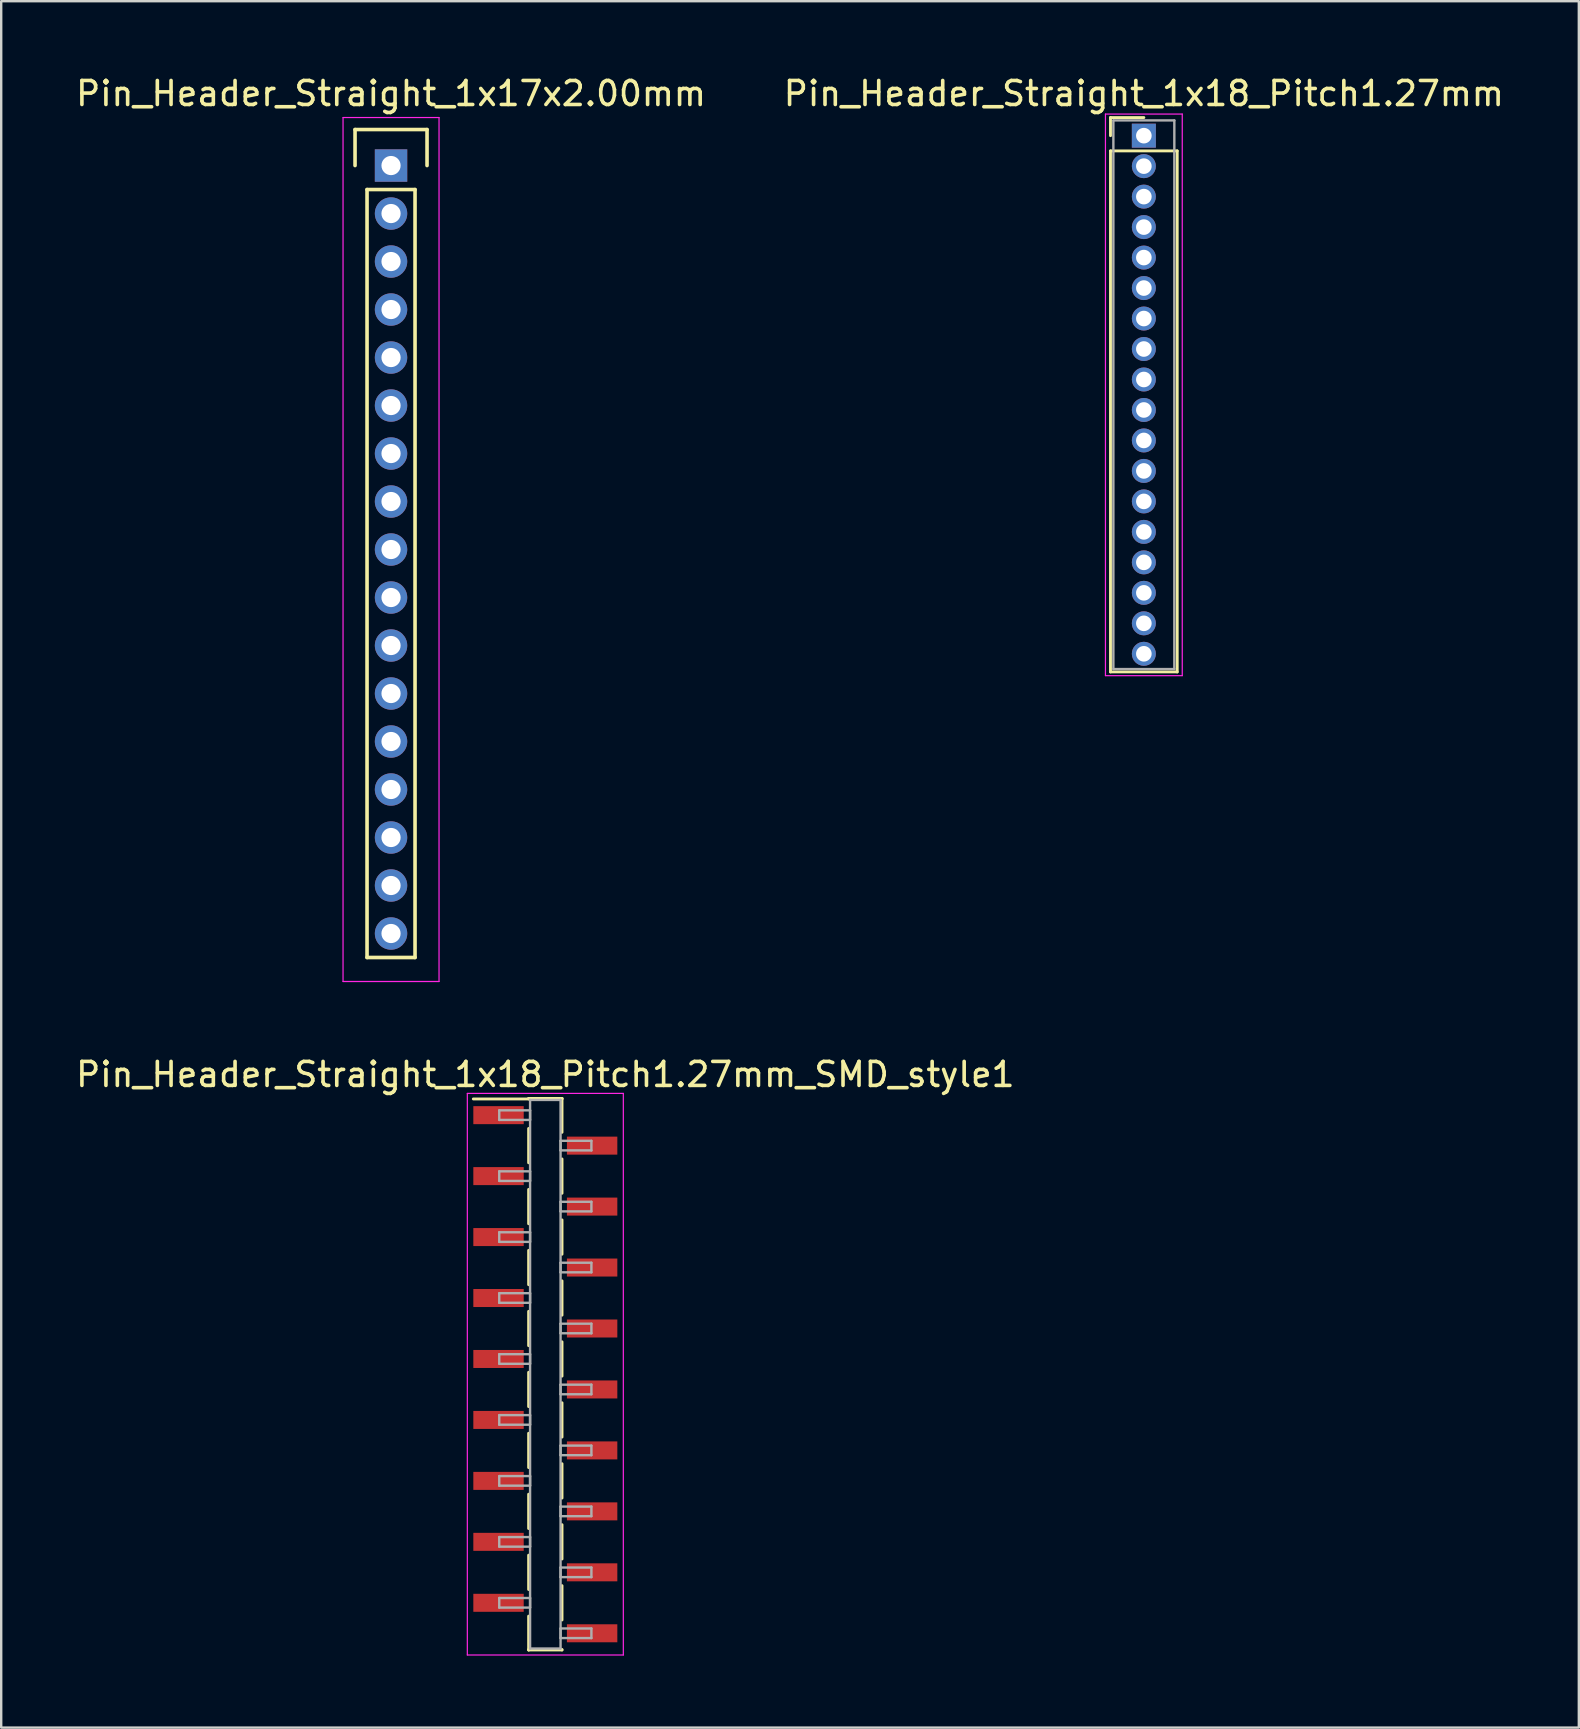
<source format=kicad_pcb>
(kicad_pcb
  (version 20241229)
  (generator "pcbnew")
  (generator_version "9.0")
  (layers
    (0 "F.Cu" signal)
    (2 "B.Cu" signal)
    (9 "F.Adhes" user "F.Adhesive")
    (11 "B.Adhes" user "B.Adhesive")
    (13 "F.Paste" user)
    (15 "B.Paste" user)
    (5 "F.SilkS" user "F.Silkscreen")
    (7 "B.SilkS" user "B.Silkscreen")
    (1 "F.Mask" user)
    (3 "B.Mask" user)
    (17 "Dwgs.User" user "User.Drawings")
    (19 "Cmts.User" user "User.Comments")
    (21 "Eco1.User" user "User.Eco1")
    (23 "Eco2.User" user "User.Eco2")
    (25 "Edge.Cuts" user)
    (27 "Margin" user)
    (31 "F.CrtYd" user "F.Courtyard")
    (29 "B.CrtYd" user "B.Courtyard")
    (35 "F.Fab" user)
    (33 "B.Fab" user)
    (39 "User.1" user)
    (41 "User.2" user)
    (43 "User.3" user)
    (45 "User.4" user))
  (footprint "Pin_Header_Straight_1x18_Pitch1.27mm"
    (layer "F.Cu")
    (at 44.613 2.603)
    (property "Reference" "Pin_Header_Straight_1x18_Pitch1.27mm" (at 0 -1.755 0) (layer "F.SilkS") (effects (font (size 1 1) (thickness 0.15))))
    (attr through_hole)
    (fp_line (start -1.39 -0.755) (end 0 -0.755) (stroke (width 0.12) (type solid)) (layer "F.SilkS"))
    (fp_line (start -1.39 0) (end -1.39 -0.755) (stroke (width 0.12) (type solid)) (layer "F.SilkS"))
    (fp_line (start -1.39 0.635) (end -1.39 22.345) (stroke (width 0.12) (type solid)) (layer "F.SilkS"))
    (fp_line (start -1.39 22.345) (end 1.39 22.345) (stroke (width 0.12) (type solid)) (layer "F.SilkS"))
    (fp_line (start 1.39 0.635) (end -1.39 0.635) (stroke (width 0.12) (type solid)) (layer "F.SilkS"))
    (fp_line (start 1.39 22.345) (end 1.39 0.635) (stroke (width 0.12) (type solid)) (layer "F.SilkS"))
    (fp_line (start -1.6 -0.9) (end -1.6 22.5) (stroke (width 0.05) (type solid)) (layer "F.CrtYd"))
    (fp_line (start -1.6 22.5) (end 1.6 22.5) (stroke (width 0.05) (type solid)) (layer "F.CrtYd"))
    (fp_line (start 1.6 -0.9) (end -1.6 -0.9) (stroke (width 0.05) (type solid)) (layer "F.CrtYd"))
    (fp_line (start 1.6 22.5) (end 1.6 -0.9) (stroke (width 0.05) (type solid)) (layer "F.CrtYd"))
    (fp_line (start -1.27 -0.635) (end -1.27 22.225) (stroke (width 0.1) (type solid)) (layer "F.Fab"))
    (fp_line (start -1.27 22.225) (end 1.27 22.225) (stroke (width 0.1) (type solid)) (layer "F.Fab"))
    (fp_line (start 1.27 -0.635) (end -1.27 -0.635) (stroke (width 0.1) (type solid)) (layer "F.Fab"))
    (fp_line (start 1.27 22.225) (end 1.27 -0.635) (stroke (width 0.1) (type solid)) (layer "F.Fab"))
    (pad "1" thru_hole rect (at 0 0) (size 1 1) (drill 0.65) (layers "*.Cu" "*.Mask"))
    (pad "2" thru_hole oval (at 0 1.27) (size 1 1) (drill 0.65) (layers "*.Cu" "*.Mask"))
    (pad "3" thru_hole oval (at 0 2.54) (size 1 1) (drill 0.65) (layers "*.Cu" "*.Mask"))
    (pad "4" thru_hole oval (at 0 3.81) (size 1 1) (drill 0.65) (layers "*.Cu" "*.Mask"))
    (pad "5" thru_hole oval (at 0 5.08) (size 1 1) (drill 0.65) (layers "*.Cu" "*.Mask"))
    (pad "6" thru_hole oval (at 0 6.35) (size 1 1) (drill 0.65) (layers "*.Cu" "*.Mask"))
    (pad "7" thru_hole oval (at 0 7.62) (size 1 1) (drill 0.65) (layers "*.Cu" "*.Mask"))
    (pad "8" thru_hole oval (at 0 8.89) (size 1 1) (drill 0.65) (layers "*.Cu" "*.Mask"))
    (pad "9" thru_hole oval (at 0 10.16) (size 1 1) (drill 0.65) (layers "*.Cu" "*.Mask"))
    (pad "10" thru_hole oval (at 0 11.43) (size 1 1) (drill 0.65) (layers "*.Cu" "*.Mask"))
    (pad "11" thru_hole oval (at 0 12.7) (size 1 1) (drill 0.65) (layers "*.Cu" "*.Mask"))
    (pad "12" thru_hole oval (at 0 13.97) (size 1 1) (drill 0.65) (layers "*.Cu" "*.Mask"))
    (pad "13" thru_hole oval (at 0 15.24) (size 1 1) (drill 0.65) (layers "*.Cu" "*.Mask"))
    (pad "14" thru_hole oval (at 0 16.51) (size 1 1) (drill 0.65) (layers "*.Cu" "*.Mask"))
    (pad "15" thru_hole oval (at 0 17.78) (size 1 1) (drill 0.65) (layers "*.Cu" "*.Mask"))
    (pad "16" thru_hole oval (at 0 19.05) (size 1 1) (drill 0.65) (layers "*.Cu" "*.Mask"))
    (pad "17" thru_hole oval (at 0 20.32) (size 1 1) (drill 0.65) (layers "*.Cu" "*.Mask"))
    (pad "18" thru_hole oval (at 0 21.59) (size 1 1) (drill 0.65) (layers "*.Cu" "*.Mask")))
  (footprint "Pin_Header_Straight_1x18_Pitch1.27mm_SMD_style1"
    (layer "F.Cu")
    (at 19.673 54.212)
    (property "Reference" "Pin_Header_Straight_1x18_Pitch1.27mm_SMD_style1" (at 0 -12.49 0) (layer "F.SilkS") (effects (font (size 1 1) (thickness 0.15))))
    (attr smd)
    (fp_line (start -0.695 -11.49) (end 0.695 -11.49) (stroke (width 0.12) (type solid)) (layer "F.SilkS"))
    (fp_line (start -0.695 -11.47) (end -3 -11.47) (stroke (width 0.12) (type solid)) (layer "F.SilkS"))
    (fp_line (start -0.695 -11.47) (end -0.695 -11.49) (stroke (width 0.12) (type solid)) (layer "F.SilkS"))
    (fp_line (start -0.695 -10.24) (end -0.695 -8.81) (stroke (width 0.12) (type solid)) (layer "F.SilkS"))
    (fp_line (start -0.695 -7.7) (end -0.695 -6.27) (stroke (width 0.12) (type solid)) (layer "F.SilkS"))
    (fp_line (start -0.695 -5.16) (end -0.695 -3.73) (stroke (width 0.12) (type solid)) (layer "F.SilkS"))
    (fp_line (start -0.695 -2.62) (end -0.695 -1.19) (stroke (width 0.12) (type solid)) (layer "F.SilkS"))
    (fp_line (start -0.695 -0.08) (end -0.695 1.35) (stroke (width 0.12) (type solid)) (layer "F.SilkS"))
    (fp_line (start -0.695 2.46) (end -0.695 3.89) (stroke (width 0.12) (type solid)) (layer "F.SilkS"))
    (fp_line (start -0.695 5) (end -0.695 6.43) (stroke (width 0.12) (type solid)) (layer "F.SilkS"))
    (fp_line (start -0.695 7.54) (end -0.695 8.97) (stroke (width 0.12) (type solid)) (layer "F.SilkS"))
    (fp_line (start -0.695 10.08) (end -0.695 11.49) (stroke (width 0.12) (type solid)) (layer "F.SilkS"))
    (fp_line (start -0.695 11.47) (end -0.695 11.49) (stroke (width 0.12) (type solid)) (layer "F.SilkS"))
    (fp_line (start -0.695 11.49) (end 0.695 11.49) (stroke (width 0.12) (type solid)) (layer "F.SilkS"))
    (fp_line (start 0.695 -11.49) (end 0.695 -11.47) (stroke (width 0.12) (type solid)) (layer "F.SilkS"))
    (fp_line (start 0.695 -11.49) (end 0.695 -10.08) (stroke (width 0.12) (type solid)) (layer "F.SilkS"))
    (fp_line (start 0.695 -8.97) (end 0.695 -7.54) (stroke (width 0.12) (type solid)) (layer "F.SilkS"))
    (fp_line (start 0.695 -6.43) (end 0.695 -5) (stroke (width 0.12) (type solid)) (layer "F.SilkS"))
    (fp_line (start 0.695 -3.89) (end 0.695 -2.46) (stroke (width 0.12) (type solid)) (layer "F.SilkS"))
    (fp_line (start 0.695 -1.35) (end 0.695 0.08) (stroke (width 0.12) (type solid)) (layer "F.SilkS"))
    (fp_line (start 0.695 1.19) (end 0.695 2.62) (stroke (width 0.12) (type solid)) (layer "F.SilkS"))
    (fp_line (start 0.695 3.73) (end 0.695 5.16) (stroke (width 0.12) (type solid)) (layer "F.SilkS"))
    (fp_line (start 0.695 6.27) (end 0.695 7.7) (stroke (width 0.12) (type solid)) (layer "F.SilkS"))
    (fp_line (start 0.695 8.81) (end 0.695 10.24) (stroke (width 0.12) (type solid)) (layer "F.SilkS"))
    (fp_line (start 0.695 11.49) (end 0.695 11.47) (stroke (width 0.12) (type solid)) (layer "F.SilkS"))
    (fp_line (start -3.25 -11.7) (end -3.25 11.7) (stroke (width 0.05) (type solid)) (layer "F.CrtYd"))
    (fp_line (start -3.25 11.7) (end 3.25 11.7) (stroke (width 0.05) (type solid)) (layer "F.CrtYd"))
    (fp_line (start 3.25 -11.7) (end -3.25 -11.7) (stroke (width 0.05) (type solid)) (layer "F.CrtYd"))
    (fp_line (start 3.25 11.7) (end 3.25 -11.7) (stroke (width 0.05) (type solid)) (layer "F.CrtYd"))
    (fp_line (start -1.92 -10.995) (end -0.635 -10.995) (stroke (width 0.1) (type solid)) (layer "F.Fab"))
    (fp_line (start -1.92 -10.595) (end -1.92 -10.995) (stroke (width 0.1) (type solid)) (layer "F.Fab"))
    (fp_line (start -1.92 -8.455) (end -0.635 -8.455) (stroke (width 0.1) (type solid)) (layer "F.Fab"))
    (fp_line (start -1.92 -8.055) (end -1.92 -8.455) (stroke (width 0.1) (type solid)) (layer "F.Fab"))
    (fp_line (start -1.92 -5.915) (end -0.635 -5.915) (stroke (width 0.1) (type solid)) (layer "F.Fab"))
    (fp_line (start -1.92 -5.515) (end -1.92 -5.915) (stroke (width 0.1) (type solid)) (layer "F.Fab"))
    (fp_line (start -1.92 -3.375) (end -0.635 -3.375) (stroke (width 0.1) (type solid)) (layer "F.Fab"))
    (fp_line (start -1.92 -2.975) (end -1.92 -3.375) (stroke (width 0.1) (type solid)) (layer "F.Fab"))
    (fp_line (start -1.92 -0.835) (end -0.635 -0.835) (stroke (width 0.1) (type solid)) (layer "F.Fab"))
    (fp_line (start -1.92 -0.435) (end -1.92 -0.835) (stroke (width 0.1) (type solid)) (layer "F.Fab"))
    (fp_line (start -1.92 1.705) (end -0.635 1.705) (stroke (width 0.1) (type solid)) (layer "F.Fab"))
    (fp_line (start -1.92 2.105) (end -1.92 1.705) (stroke (width 0.1) (type solid)) (layer "F.Fab"))
    (fp_line (start -1.92 4.245) (end -0.635 4.245) (stroke (width 0.1) (type solid)) (layer "F.Fab"))
    (fp_line (start -1.92 4.645) (end -1.92 4.245) (stroke (width 0.1) (type solid)) (layer "F.Fab"))
    (fp_line (start -1.92 6.785) (end -0.635 6.785) (stroke (width 0.1) (type solid)) (layer "F.Fab"))
    (fp_line (start -1.92 7.185) (end -1.92 6.785) (stroke (width 0.1) (type solid)) (layer "F.Fab"))
    (fp_line (start -1.92 9.325) (end -0.635 9.325) (stroke (width 0.1) (type solid)) (layer "F.Fab"))
    (fp_line (start -1.92 9.725) (end -1.92 9.325) (stroke (width 0.1) (type solid)) (layer "F.Fab"))
    (fp_line (start -0.635 -11.43) (end -0.635 11.43) (stroke (width 0.1) (type solid)) (layer "F.Fab"))
    (fp_line (start -0.635 -10.995) (end -0.635 -10.595) (stroke (width 0.1) (type solid)) (layer "F.Fab"))
    (fp_line (start -0.635 -10.595) (end -1.92 -10.595) (stroke (width 0.1) (type solid)) (layer "F.Fab"))
    (fp_line (start -0.635 -8.455) (end -0.635 -8.055) (stroke (width 0.1) (type solid)) (layer "F.Fab"))
    (fp_line (start -0.635 -8.055) (end -1.92 -8.055) (stroke (width 0.1) (type solid)) (layer "F.Fab"))
    (fp_line (start -0.635 -5.915) (end -0.635 -5.515) (stroke (width 0.1) (type solid)) (layer "F.Fab"))
    (fp_line (start -0.635 -5.515) (end -1.92 -5.515) (stroke (width 0.1) (type solid)) (layer "F.Fab"))
    (fp_line (start -0.635 -3.375) (end -0.635 -2.975) (stroke (width 0.1) (type solid)) (layer "F.Fab"))
    (fp_line (start -0.635 -2.975) (end -1.92 -2.975) (stroke (width 0.1) (type solid)) (layer "F.Fab"))
    (fp_line (start -0.635 -0.835) (end -0.635 -0.435) (stroke (width 0.1) (type solid)) (layer "F.Fab"))
    (fp_line (start -0.635 -0.435) (end -1.92 -0.435) (stroke (width 0.1) (type solid)) (layer "F.Fab"))
    (fp_line (start -0.635 1.705) (end -0.635 2.105) (stroke (width 0.1) (type solid)) (layer "F.Fab"))
    (fp_line (start -0.635 2.105) (end -1.92 2.105) (stroke (width 0.1) (type solid)) (layer "F.Fab"))
    (fp_line (start -0.635 4.245) (end -0.635 4.645) (stroke (width 0.1) (type solid)) (layer "F.Fab"))
    (fp_line (start -0.635 4.645) (end -1.92 4.645) (stroke (width 0.1) (type solid)) (layer "F.Fab"))
    (fp_line (start -0.635 6.785) (end -0.635 7.185) (stroke (width 0.1) (type solid)) (layer "F.Fab"))
    (fp_line (start -0.635 7.185) (end -1.92 7.185) (stroke (width 0.1) (type solid)) (layer "F.Fab"))
    (fp_line (start -0.635 9.325) (end -0.635 9.725) (stroke (width 0.1) (type solid)) (layer "F.Fab"))
    (fp_line (start -0.635 9.725) (end -1.92 9.725) (stroke (width 0.1) (type solid)) (layer "F.Fab"))
    (fp_line (start -0.635 11.43) (end 0.635 11.43) (stroke (width 0.1) (type solid)) (layer "F.Fab"))
    (fp_line (start 0.635 -11.43) (end -0.635 -11.43) (stroke (width 0.1) (type solid)) (layer "F.Fab"))
    (fp_line (start 0.635 -9.725) (end 0.635 -9.325) (stroke (width 0.1) (type solid)) (layer "F.Fab"))
    (fp_line (start 0.635 -9.325) (end 1.92 -9.325) (stroke (width 0.1) (type solid)) (layer "F.Fab"))
    (fp_line (start 0.635 -7.185) (end 0.635 -6.785) (stroke (width 0.1) (type solid)) (layer "F.Fab"))
    (fp_line (start 0.635 -6.785) (end 1.92 -6.785) (stroke (width 0.1) (type solid)) (layer "F.Fab"))
    (fp_line (start 0.635 -4.645) (end 0.635 -4.245) (stroke (width 0.1) (type solid)) (layer "F.Fab"))
    (fp_line (start 0.635 -4.245) (end 1.92 -4.245) (stroke (width 0.1) (type solid)) (layer "F.Fab"))
    (fp_line (start 0.635 -2.105) (end 0.635 -1.705) (stroke (width 0.1) (type solid)) (layer "F.Fab"))
    (fp_line (start 0.635 -1.705) (end 1.92 -1.705) (stroke (width 0.1) (type solid)) (layer "F.Fab"))
    (fp_line (start 0.635 0.435) (end 0.635 0.835) (stroke (width 0.1) (type solid)) (layer "F.Fab"))
    (fp_line (start 0.635 0.835) (end 1.92 0.835) (stroke (width 0.1) (type solid)) (layer "F.Fab"))
    (fp_line (start 0.635 2.975) (end 0.635 3.375) (stroke (width 0.1) (type solid)) (layer "F.Fab"))
    (fp_line (start 0.635 3.375) (end 1.92 3.375) (stroke (width 0.1) (type solid)) (layer "F.Fab"))
    (fp_line (start 0.635 5.515) (end 0.635 5.915) (stroke (width 0.1) (type solid)) (layer "F.Fab"))
    (fp_line (start 0.635 5.915) (end 1.92 5.915) (stroke (width 0.1) (type solid)) (layer "F.Fab"))
    (fp_line (start 0.635 8.055) (end 0.635 8.455) (stroke (width 0.1) (type solid)) (layer "F.Fab"))
    (fp_line (start 0.635 8.455) (end 1.92 8.455) (stroke (width 0.1) (type solid)) (layer "F.Fab"))
    (fp_line (start 0.635 10.595) (end 0.635 10.995) (stroke (width 0.1) (type solid)) (layer "F.Fab"))
    (fp_line (start 0.635 10.995) (end 1.92 10.995) (stroke (width 0.1) (type solid)) (layer "F.Fab"))
    (fp_line (start 0.635 11.43) (end 0.635 -11.43) (stroke (width 0.1) (type solid)) (layer "F.Fab"))
    (fp_line (start 1.92 -9.725) (end 0.635 -9.725) (stroke (width 0.1) (type solid)) (layer "F.Fab"))
    (fp_line (start 1.92 -9.325) (end 1.92 -9.725) (stroke (width 0.1) (type solid)) (layer "F.Fab"))
    (fp_line (start 1.92 -7.185) (end 0.635 -7.185) (stroke (width 0.1) (type solid)) (layer "F.Fab"))
    (fp_line (start 1.92 -6.785) (end 1.92 -7.185) (stroke (width 0.1) (type solid)) (layer "F.Fab"))
    (fp_line (start 1.92 -4.645) (end 0.635 -4.645) (stroke (width 0.1) (type solid)) (layer "F.Fab"))
    (fp_line (start 1.92 -4.245) (end 1.92 -4.645) (stroke (width 0.1) (type solid)) (layer "F.Fab"))
    (fp_line (start 1.92 -2.105) (end 0.635 -2.105) (stroke (width 0.1) (type solid)) (layer "F.Fab"))
    (fp_line (start 1.92 -1.705) (end 1.92 -2.105) (stroke (width 0.1) (type solid)) (layer "F.Fab"))
    (fp_line (start 1.92 0.435) (end 0.635 0.435) (stroke (width 0.1) (type solid)) (layer "F.Fab"))
    (fp_line (start 1.92 0.835) (end 1.92 0.435) (stroke (width 0.1) (type solid)) (layer "F.Fab"))
    (fp_line (start 1.92 2.975) (end 0.635 2.975) (stroke (width 0.1) (type solid)) (layer "F.Fab"))
    (fp_line (start 1.92 3.375) (end 1.92 2.975) (stroke (width 0.1) (type solid)) (layer "F.Fab"))
    (fp_line (start 1.92 5.515) (end 0.635 5.515) (stroke (width 0.1) (type solid)) (layer "F.Fab"))
    (fp_line (start 1.92 5.915) (end 1.92 5.515) (stroke (width 0.1) (type solid)) (layer "F.Fab"))
    (fp_line (start 1.92 8.055) (end 0.635 8.055) (stroke (width 0.1) (type solid)) (layer "F.Fab"))
    (fp_line (start 1.92 8.455) (end 1.92 8.055) (stroke (width 0.1) (type solid)) (layer "F.Fab"))
    (fp_line (start 1.92 10.595) (end 0.635 10.595) (stroke (width 0.1) (type solid)) (layer "F.Fab"))
    (fp_line (start 1.92 10.995) (end 1.92 10.595) (stroke (width 0.1) (type solid)) (layer "F.Fab"))
    (pad "1" smd rect (at -1.95 -10.795) (size 2.1 0.75) (layers "F.Cu" "F.Mask"))
    (pad "2" smd rect (at 1.95 -9.525) (size 2.1 0.75) (layers "F.Cu" "F.Mask"))
    (pad "3" smd rect (at -1.95 -8.255) (size 2.1 0.75) (layers "F.Cu" "F.Mask"))
    (pad "4" smd rect (at 1.95 -6.985) (size 2.1 0.75) (layers "F.Cu" "F.Mask"))
    (pad "5" smd rect (at -1.95 -5.715) (size 2.1 0.75) (layers "F.Cu" "F.Mask"))
    (pad "6" smd rect (at 1.95 -4.445) (size 2.1 0.75) (layers "F.Cu" "F.Mask"))
    (pad "7" smd rect (at -1.95 -3.175) (size 2.1 0.75) (layers "F.Cu" "F.Mask"))
    (pad "8" smd rect (at 1.95 -1.905) (size 2.1 0.75) (layers "F.Cu" "F.Mask"))
    (pad "9" smd rect (at -1.95 -0.635) (size 2.1 0.75) (layers "F.Cu" "F.Mask"))
    (pad "10" smd rect (at 1.95 0.635) (size 2.1 0.75) (layers "F.Cu" "F.Mask"))
    (pad "11" smd rect (at -1.95 1.905) (size 2.1 0.75) (layers "F.Cu" "F.Mask"))
    (pad "12" smd rect (at 1.95 3.175) (size 2.1 0.75) (layers "F.Cu" "F.Mask"))
    (pad "13" smd rect (at -1.95 4.445) (size 2.1 0.75) (layers "F.Cu" "F.Mask"))
    (pad "14" smd rect (at 1.95 5.715) (size 2.1 0.75) (layers "F.Cu" "F.Mask"))
    (pad "15" smd rect (at -1.95 6.985) (size 2.1 0.75) (layers "F.Cu" "F.Mask"))
    (pad "16" smd rect (at 1.95 8.255) (size 2.1 0.75) (layers "F.Cu" "F.Mask"))
    (pad "17" smd rect (at -1.95 9.525) (size 2.1 0.75) (layers "F.Cu" "F.Mask"))
    (pad "18" smd rect (at 1.95 10.795) (size 2.1 0.75) (layers "F.Cu" "F.Mask")))
  (footprint "Pin_Header_Straight_1x17x2.00mm"
    (layer "F.Cu")
    (at 13.244 3.848)
    (property "Reference" "Pin_Header_Straight_1x17x2.00mm" (at 0 -3 0) (layer "F.SilkS") (effects (font (size 1 1) (thickness 0.15))))
    (attr through_hole)
    (fp_line (start -1.5 -1.5) (end 1.5 -1.5) (stroke (width 0.15) (type solid)) (layer "F.SilkS"))
    (fp_line (start -1.5 0) (end -1.5 -1.5) (stroke (width 0.15) (type solid)) (layer "F.SilkS"))
    (fp_line (start -1 1) (end 1 1) (stroke (width 0.15) (type solid)) (layer "F.SilkS"))
    (fp_line (start -1 33) (end -1 1) (stroke (width 0.15) (type solid)) (layer "F.SilkS"))
    (fp_line (start 1 1) (end 1 33) (stroke (width 0.15) (type solid)) (layer "F.SilkS"))
    (fp_line (start 1 33) (end -1 33) (stroke (width 0.15) (type solid)) (layer "F.SilkS"))
    (fp_line (start 1.5 -1.5) (end 1.5 0) (stroke (width 0.15) (type solid)) (layer "F.SilkS"))
    (fp_line (start -2 -2) (end 2 -2) (stroke (width 0.05) (type solid)) (layer "F.CrtYd"))
    (fp_line (start -2 34) (end -2 -2) (stroke (width 0.05) (type solid)) (layer "F.CrtYd"))
    (fp_line (start 2 -2) (end 2 34) (stroke (width 0.05) (type solid)) (layer "F.CrtYd"))
    (fp_line (start 2 34) (end -2 34) (stroke (width 0.05) (type solid)) (layer "F.CrtYd"))
    (pad "1" thru_hole rect (at 0 0) (size 1.35 1.35) (drill 0.8) (layers "*.Cu" "*.Mask"))
    (pad "2" thru_hole circle (at 0 2) (size 1.35 1.35) (drill 0.8) (layers "*.Cu" "*.Mask"))
    (pad "3" thru_hole circle (at 0 4) (size 1.35 1.35) (drill 0.8) (layers "*.Cu" "*.Mask"))
    (pad "4" thru_hole circle (at 0 6) (size 1.35 1.35) (drill 0.8) (layers "*.Cu" "*.Mask"))
    (pad "5" thru_hole circle (at 0 8) (size 1.35 1.35) (drill 0.8) (layers "*.Cu" "*.Mask"))
    (pad "6" thru_hole circle (at 0 10) (size 1.35 1.35) (drill 0.8) (layers "*.Cu" "*.Mask"))
    (pad "7" thru_hole circle (at 0 12) (size 1.35 1.35) (drill 0.8) (layers "*.Cu" "*.Mask"))
    (pad "8" thru_hole circle (at 0 14) (size 1.35 1.35) (drill 0.8) (layers "*.Cu" "*.Mask"))
    (pad "9" thru_hole circle (at 0 16) (size 1.35 1.35) (drill 0.8) (layers "*.Cu" "*.Mask"))
    (pad "10" thru_hole circle (at 0 18) (size 1.35 1.35) (drill 0.8) (layers "*.Cu" "*.Mask"))
    (pad "11" thru_hole circle (at 0 20) (size 1.35 1.35) (drill 0.8) (layers "*.Cu" "*.Mask"))
    (pad "12" thru_hole circle (at 0 22) (size 1.35 1.35) (drill 0.8) (layers "*.Cu" "*.Mask"))
    (pad "13" thru_hole circle (at 0 24) (size 1.35 1.35) (drill 0.8) (layers "*.Cu" "*.Mask"))
    (pad "14" thru_hole circle (at 0 26) (size 1.35 1.35) (drill 0.8) (layers "*.Cu" "*.Mask"))
    (pad "15" thru_hole circle (at 0 28) (size 1.35 1.35) (drill 0.8) (layers "*.Cu" "*.Mask"))
    (pad "16" thru_hole circle (at 0 30) (size 1.35 1.35) (drill 0.8) (layers "*.Cu" "*.Mask"))
    (pad "17" thru_hole circle (at 0 32) (size 1.35 1.35) (drill 0.8) (layers "*.Cu" "*.Mask")))
  (gr_rect
    (start -3 -3)
    (end 62.738 68.936)
    (stroke (width 0.1) (type default))
    (fill no)
    (layer "Edge.Cuts")))
</source>
